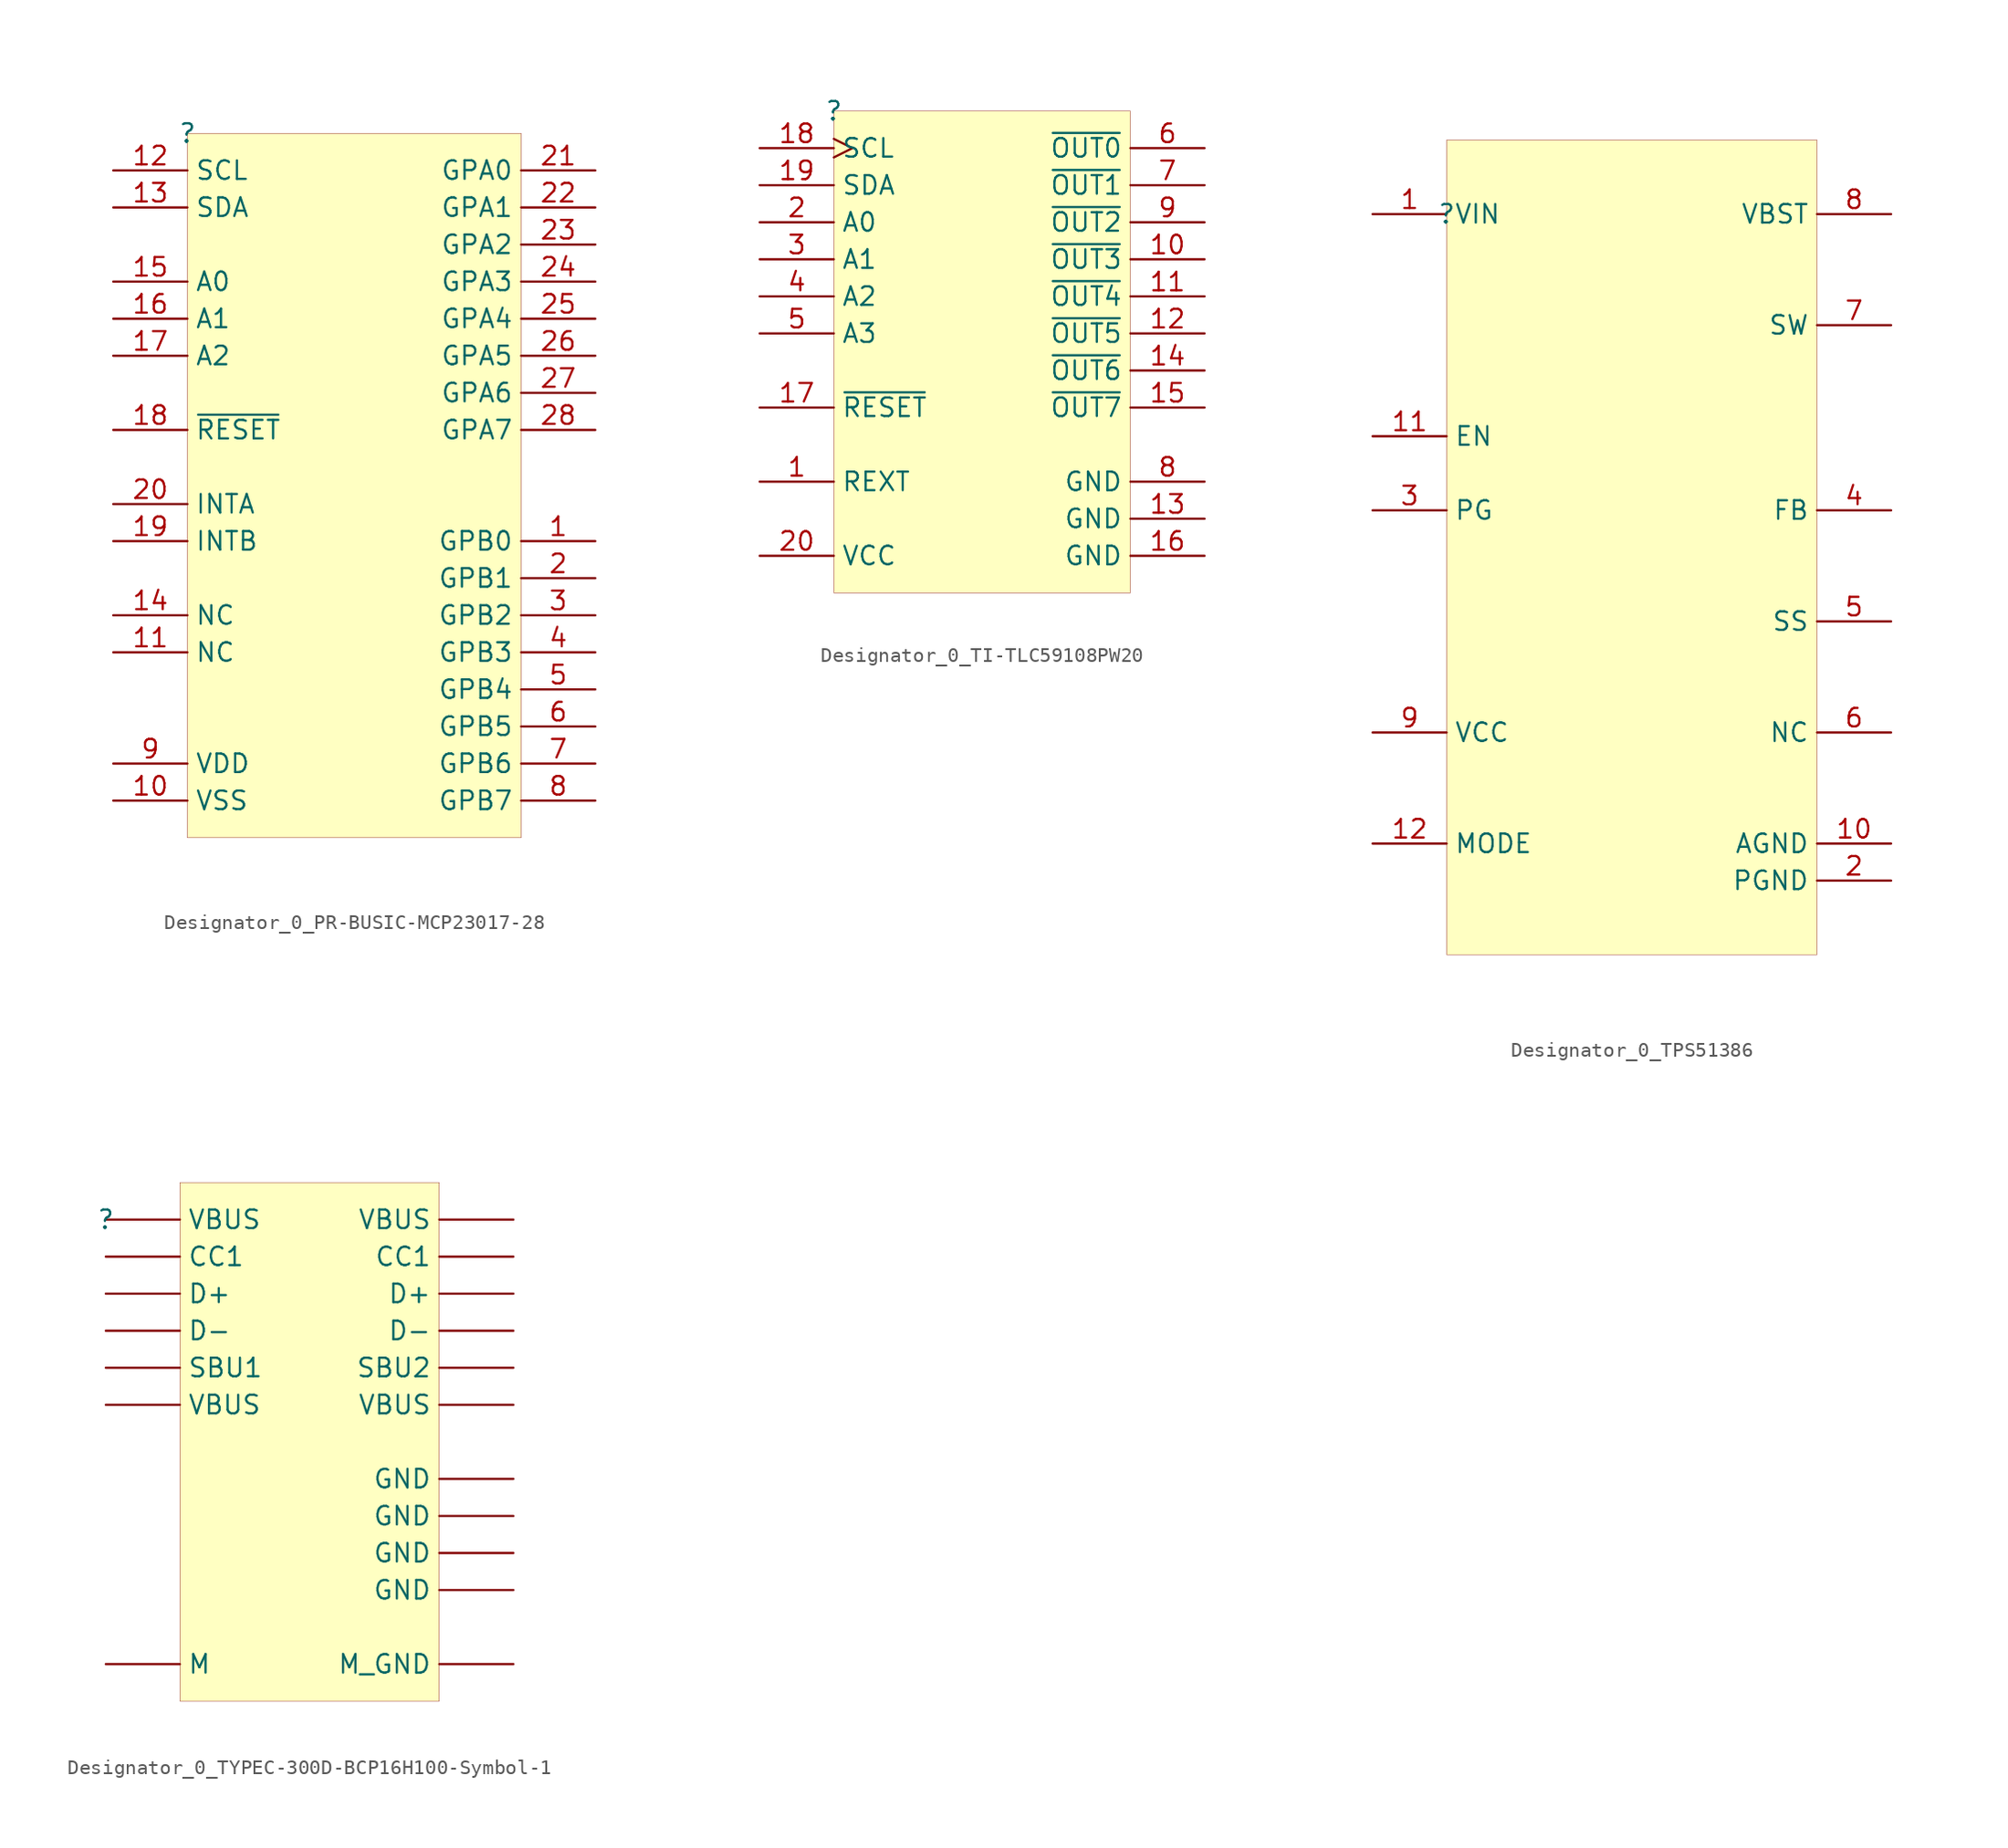
<source format=kicad_sym>
(kicad_symbol_lib
  (version 20231120)
  (generator "kicad_symbol_editor")
  (generator_version "8.0")
  (symbol "Designator_0_PR-BUSIC-MCP23017-28"
    (property "Reference" ""
      (at 0 0 0)
      (effects (font (size 1.27 1.27))))
    (property "Value" ""
      (at 0 0 0)
      (effects (font (size 1.27 1.27))))
    (symbol "Designator_0_PR-BUSIC-MCP23017-28_1_0"
      (rectangle (start 22.86 0) (end 0 -48.26) (stroke (width 0.025) (type solid) (color 128 0 0 1)) (fill (type background)))
      (pin bidirectional line (at 27.94 -27.94 180) (length 5.08) (name "GPB0" (effects (font (size 1.27 1.27)))) (number "1" (effects (font (size 1.27 1.27)))))
      (pin power_in line (at -5.08 -45.72 0) (length 5.08) (name "VSS" (effects (font (size 1.27 1.27)))) (number "10" (effects (font (size 1.27 1.27)))))
      (pin passive line (at -5.08 -35.56 0) (length 5.08) (name "NC" (effects (font (size 1.27 1.27)))) (number "11" (effects (font (size 1.27 1.27)))))
      (pin input line (at -5.08 -2.54 0) (length 5.08) (name "SCL" (effects (font (size 1.27 1.27)))) (number "12" (effects (font (size 1.27 1.27)))))
      (pin bidirectional line (at -5.08 -5.08 0) (length 5.08) (name "SDA" (effects (font (size 1.27 1.27)))) (number "13" (effects (font (size 1.27 1.27)))))
      (pin passive line (at -5.08 -33.02 0) (length 5.08) (name "NC" (effects (font (size 1.27 1.27)))) (number "14" (effects (font (size 1.27 1.27)))))
      (pin input line (at -5.08 -10.16 0) (length 5.08) (name "A0" (effects (font (size 1.27 1.27)))) (number "15" (effects (font (size 1.27 1.27)))))
      (pin input line (at -5.08 -12.7 0) (length 5.08) (name "A1" (effects (font (size 1.27 1.27)))) (number "16" (effects (font (size 1.27 1.27)))))
      (pin input line (at -5.08 -15.24 0) (length 5.08) (name "A2" (effects (font (size 1.27 1.27)))) (number "17" (effects (font (size 1.27 1.27)))))
      (pin input line (at -5.08 -20.32 0) (length 5.08) (name "~{RESET}" (effects (font (size 1.27 1.27)))) (number "18" (effects (font (size 1.27 1.27)))))
      (pin open_collector line (at -5.08 -27.94 0) (length 5.08) (name "INTB" (effects (font (size 1.27 1.27)))) (number "19" (effects (font (size 1.27 1.27)))))
      (pin bidirectional line (at 27.94 -30.48 180) (length 5.08) (name "GPB1" (effects (font (size 1.27 1.27)))) (number "2" (effects (font (size 1.27 1.27)))))
      (pin open_collector line (at -5.08 -25.4 0) (length 5.08) (name "INTA" (effects (font (size 1.27 1.27)))) (number "20" (effects (font (size 1.27 1.27)))))
      (pin bidirectional line (at 27.94 -2.54 180) (length 5.08) (name "GPA0" (effects (font (size 1.27 1.27)))) (number "21" (effects (font (size 1.27 1.27)))))
      (pin bidirectional line (at 27.94 -5.08 180) (length 5.08) (name "GPA1" (effects (font (size 1.27 1.27)))) (number "22" (effects (font (size 1.27 1.27)))))
      (pin bidirectional line (at 27.94 -7.62 180) (length 5.08) (name "GPA2" (effects (font (size 1.27 1.27)))) (number "23" (effects (font (size 1.27 1.27)))))
      (pin bidirectional line (at 27.94 -10.16 180) (length 5.08) (name "GPA3" (effects (font (size 1.27 1.27)))) (number "24" (effects (font (size 1.27 1.27)))))
      (pin bidirectional line (at 27.94 -12.7 180) (length 5.08) (name "GPA4" (effects (font (size 1.27 1.27)))) (number "25" (effects (font (size 1.27 1.27)))))
      (pin bidirectional line (at 27.94 -15.24 180) (length 5.08) (name "GPA5" (effects (font (size 1.27 1.27)))) (number "26" (effects (font (size 1.27 1.27)))))
      (pin bidirectional line (at 27.94 -17.78 180) (length 5.08) (name "GPA6" (effects (font (size 1.27 1.27)))) (number "27" (effects (font (size 1.27 1.27)))))
      (pin bidirectional line (at 27.94 -20.32 180) (length 5.08) (name "GPA7" (effects (font (size 1.27 1.27)))) (number "28" (effects (font (size 1.27 1.27)))))
      (pin bidirectional line (at 27.94 -33.02 180) (length 5.08) (name "GPB2" (effects (font (size 1.27 1.27)))) (number "3" (effects (font (size 1.27 1.27)))))
      (pin bidirectional line (at 27.94 -35.56 180) (length 5.08) (name "GPB3" (effects (font (size 1.27 1.27)))) (number "4" (effects (font (size 1.27 1.27)))))
      (pin bidirectional line (at 27.94 -38.1 180) (length 5.08) (name "GPB4" (effects (font (size 1.27 1.27)))) (number "5" (effects (font (size 1.27 1.27)))))
      (pin bidirectional line (at 27.94 -40.64 180) (length 5.08) (name "GPB5" (effects (font (size 1.27 1.27)))) (number "6" (effects (font (size 1.27 1.27)))))
      (pin bidirectional line (at 27.94 -43.18 180) (length 5.08) (name "GPB6" (effects (font (size 1.27 1.27)))) (number "7" (effects (font (size 1.27 1.27)))))
      (pin bidirectional line (at 27.94 -45.72 180) (length 5.08) (name "GPB7" (effects (font (size 1.27 1.27)))) (number "8" (effects (font (size 1.27 1.27)))))
      (pin power_in line (at -5.08 -43.18 0) (length 5.08) (name "VDD" (effects (font (size 1.27 1.27)))) (number "9" (effects (font (size 1.27 1.27)))))))
  (symbol "Designator_0_TI-TLC59108PW20"
    (property "Reference" ""
      (at 0 0 0)
      (effects (font (size 1.27 1.27))))
    (property "Value" ""
      (at 0 0 0)
      (effects (font (size 1.27 1.27))))
    (symbol "Designator_0_TI-TLC59108PW20_1_0"
      (rectangle (start 20.32 0) (end 0 -33.02) (stroke (width 0.025) (type solid) (color 128 0 0 1)) (fill (type background)))
      (pin input line (at -5.08 -25.4 0) (length 5.08) (name "REXT" (effects (font (size 1.27 1.27)))) (number "1" (effects (font (size 1.27 1.27)))))
      (pin output line (at 25.4 -10.16 180) (length 5.08) (name "~{OUT3}" (effects (font (size 1.27 1.27)))) (number "10" (effects (font (size 1.27 1.27)))))
      (pin output line (at 25.4 -12.7 180) (length 5.08) (name "~{OUT4}" (effects (font (size 1.27 1.27)))) (number "11" (effects (font (size 1.27 1.27)))))
      (pin output line (at 25.4 -15.24 180) (length 5.08) (name "~{OUT5}" (effects (font (size 1.27 1.27)))) (number "12" (effects (font (size 1.27 1.27)))))
      (pin power_in line (at 25.4 -27.94 180) (length 5.08) (name "GND" (effects (font (size 1.27 1.27)))) (number "13" (effects (font (size 1.27 1.27)))))
      (pin output line (at 25.4 -17.78 180) (length 5.08) (name "~{OUT6}" (effects (font (size 1.27 1.27)))) (number "14" (effects (font (size 1.27 1.27)))))
      (pin output line (at 25.4 -20.32 180) (length 5.08) (name "~{OUT7}" (effects (font (size 1.27 1.27)))) (number "15" (effects (font (size 1.27 1.27)))))
      (pin power_in line (at 25.4 -30.48 180) (length 5.08) (name "GND" (effects (font (size 1.27 1.27)))) (number "16" (effects (font (size 1.27 1.27)))))
      (pin input line (at -5.08 -20.32 0) (length 5.08) (name "~{RESET}" (effects (font (size 1.27 1.27)))) (number "17" (effects (font (size 1.27 1.27)))))
      (pin input clock (at -5.08 -2.54 0) (length 5.08) (name "SCL" (effects (font (size 1.27 1.27)))) (number "18" (effects (font (size 1.27 1.27)))))
      (pin bidirectional line (at -5.08 -5.08 0) (length 5.08) (name "SDA" (effects (font (size 1.27 1.27)))) (number "19" (effects (font (size 1.27 1.27)))))
      (pin input line (at -5.08 -7.62 0) (length 5.08) (name "A0" (effects (font (size 1.27 1.27)))) (number "2" (effects (font (size 1.27 1.27)))))
      (pin power_in line (at -5.08 -30.48 0) (length 5.08) (name "VCC" (effects (font (size 1.27 1.27)))) (number "20" (effects (font (size 1.27 1.27)))))
      (pin input line (at -5.08 -10.16 0) (length 5.08) (name "A1" (effects (font (size 1.27 1.27)))) (number "3" (effects (font (size 1.27 1.27)))))
      (pin input line (at -5.08 -12.7 0) (length 5.08) (name "A2" (effects (font (size 1.27 1.27)))) (number "4" (effects (font (size 1.27 1.27)))))
      (pin input line (at -5.08 -15.24 0) (length 5.08) (name "A3" (effects (font (size 1.27 1.27)))) (number "5" (effects (font (size 1.27 1.27)))))
      (pin output line (at 25.4 -2.54 180) (length 5.08) (name "~{OUT0}" (effects (font (size 1.27 1.27)))) (number "6" (effects (font (size 1.27 1.27)))))
      (pin output line (at 25.4 -5.08 180) (length 5.08) (name "~{OUT1}" (effects (font (size 1.27 1.27)))) (number "7" (effects (font (size 1.27 1.27)))))
      (pin power_in line (at 25.4 -25.4 180) (length 5.08) (name "GND" (effects (font (size 1.27 1.27)))) (number "8" (effects (font (size 1.27 1.27)))))
      (pin output line (at 25.4 -7.62 180) (length 5.08) (name "~{OUT2}" (effects (font (size 1.27 1.27)))) (number "9" (effects (font (size 1.27 1.27)))))))
  (symbol "Designator_0_TPS51386"
    (property "Reference" ""
      (at 0 0 0)
      (effects (font (size 1.27 1.27))))
    (property "Value" ""
      (at 0 0 0)
      (effects (font (size 1.27 1.27))))
    (symbol "Designator_0_TPS51386_1_0"
      (rectangle (start 25.4 5.08) (end 0 -50.8) (stroke (width 0.025) (type solid) (color 128 0 0 1)) (fill (type background)))
      (pin passive line (at -5.08 0 0) (length 5.08) (name "VIN" (effects (font (size 1.27 1.27)))) (number "1" (effects (font (size 1.27 1.27)))))
      (pin passive line (at 30.48 -43.18 180) (length 5.08) (name "AGND" (effects (font (size 1.27 1.27)))) (number "10" (effects (font (size 1.27 1.27)))))
      (pin input line (at -5.08 -15.24 0) (length 5.08) (name "EN" (effects (font (size 1.27 1.27)))) (number "11" (effects (font (size 1.27 1.27)))))
      (pin input line (at -5.08 -43.18 0) (length 5.08) (name "MODE" (effects (font (size 1.27 1.27)))) (number "12" (effects (font (size 1.27 1.27)))))
      (pin passive line (at 30.48 -45.72 180) (length 5.08) (name "PGND" (effects (font (size 1.27 1.27)))) (number "2" (effects (font (size 1.27 1.27)))))
      (pin passive line (at -5.08 -20.32 0) (length 5.08) (name "PG" (effects (font (size 1.27 1.27)))) (number "3" (effects (font (size 1.27 1.27)))))
      (pin passive line (at 30.48 -20.32 180) (length 5.08) (name "FB" (effects (font (size 1.27 1.27)))) (number "4" (effects (font (size 1.27 1.27)))))
      (pin passive line (at 30.48 -27.94 180) (length 5.08) (name "SS" (effects (font (size 1.27 1.27)))) (number "5" (effects (font (size 1.27 1.27)))))
      (pin passive line (at 30.48 -35.56 180) (length 5.08) (name "NC" (effects (font (size 1.27 1.27)))) (number "6" (effects (font (size 1.27 1.27)))))
      (pin passive line (at 30.48 -7.62 180) (length 5.08) (name "SW" (effects (font (size 1.27 1.27)))) (number "7" (effects (font (size 1.27 1.27)))))
      (pin passive line (at 30.48 0 180) (length 5.08) (name "VBST" (effects (font (size 1.27 1.27)))) (number "8" (effects (font (size 1.27 1.27)))))
      (pin passive line (at -5.08 -35.56 0) (length 5.08) (name "VCC" (effects (font (size 1.27 1.27)))) (number "9" (effects (font (size 1.27 1.27)))))))
  (symbol "Designator_0_TYPEC-300D-BCP16H100-Symbol-1"
    (property "Reference" ""
      (at 0 0 0)
      (effects (font (size 1.27 1.27))))
    (property "Value" ""
      (at 0 0 0)
      (effects (font (size 1.27 1.27))))
    (symbol "Designator_0_TYPEC-300D-BCP16H100-Symbol-1_1_0"
      (rectangle (start 22.86 2.54) (end 5.08 -33.02) (stroke (width 0.025) (type solid) (color 128 0 0 1)) (fill (type background)))
      (pin passive line (at 27.94 -17.78 180) (length 5.08) (name "GND" (effects (font (size 1.27 1.27)))) (number "A1" (effects (font (size 0 0)))))
      (pin passive line (at 27.94 -20.32 180) (length 5.08) (name "GND" (effects (font (size 1.27 1.27)))) (number "A12" (effects (font (size 0 0)))))
      (pin passive line (at 0 0 0) (length 5.08) (name "VBUS" (effects (font (size 1.27 1.27)))) (number "A4" (effects (font (size 0 0)))))
      (pin passive line (at 0 -2.54 0) (length 5.08) (name "CC1" (effects (font (size 1.27 1.27)))) (number "A5" (effects (font (size 0 0)))))
      (pin passive line (at 0 -5.08 0) (length 5.08) (name "D+" (effects (font (size 1.27 1.27)))) (number "A6" (effects (font (size 0 0)))))
      (pin passive line (at 0 -7.62 0) (length 5.08) (name "D-" (effects (font (size 1.27 1.27)))) (number "A7" (effects (font (size 0 0)))))
      (pin passive line (at 0 -10.16 0) (length 5.08) (name "SBU1" (effects (font (size 1.27 1.27)))) (number "A8" (effects (font (size 0 0)))))
      (pin passive line (at 0 -12.7 0) (length 5.08) (name "VBUS" (effects (font (size 1.27 1.27)))) (number "A9" (effects (font (size 0 0)))))
      (pin passive line (at 27.94 -22.86 180) (length 5.08) (name "GND" (effects (font (size 1.27 1.27)))) (number "B1" (effects (font (size 0 0)))))
      (pin passive line (at 27.94 -25.4 180) (length 5.08) (name "GND" (effects (font (size 1.27 1.27)))) (number "B12" (effects (font (size 0 0)))))
      (pin passive line (at 27.94 0 180) (length 5.08) (name "VBUS" (effects (font (size 1.27 1.27)))) (number "B4" (effects (font (size 0 0)))))
      (pin passive line (at 27.94 -2.54 180) (length 5.08) (name "CC1" (effects (font (size 1.27 1.27)))) (number "B5" (effects (font (size 0 0)))))
      (pin passive line (at 27.94 -5.08 180) (length 5.08) (name "D+" (effects (font (size 1.27 1.27)))) (number "B6" (effects (font (size 0 0)))))
      (pin passive line (at 27.94 -7.62 180) (length 5.08) (name "D-" (effects (font (size 1.27 1.27)))) (number "B7" (effects (font (size 0 0)))))
      (pin passive line (at 27.94 -10.16 180) (length 5.08) (name "SBU2" (effects (font (size 1.27 1.27)))) (number "B8" (effects (font (size 0 0)))))
      (pin passive line (at 27.94 -12.7 180) (length 5.08) (name "VBUS" (effects (font (size 1.27 1.27)))) (number "B9" (effects (font (size 0 0)))))
      (pin passive line (at 0 -30.48 0) (length 5.08) (name "M" (effects (font (size 1.27 1.27)))) (number "M" (effects (font (size 0 0)))))
      (pin passive line (at 27.94 -30.48 180) (length 5.08) (name "M_GND" (effects (font (size 1.27 1.27)))) (number "M_GND" (effects (font (size 0 0))))))))
</source>
